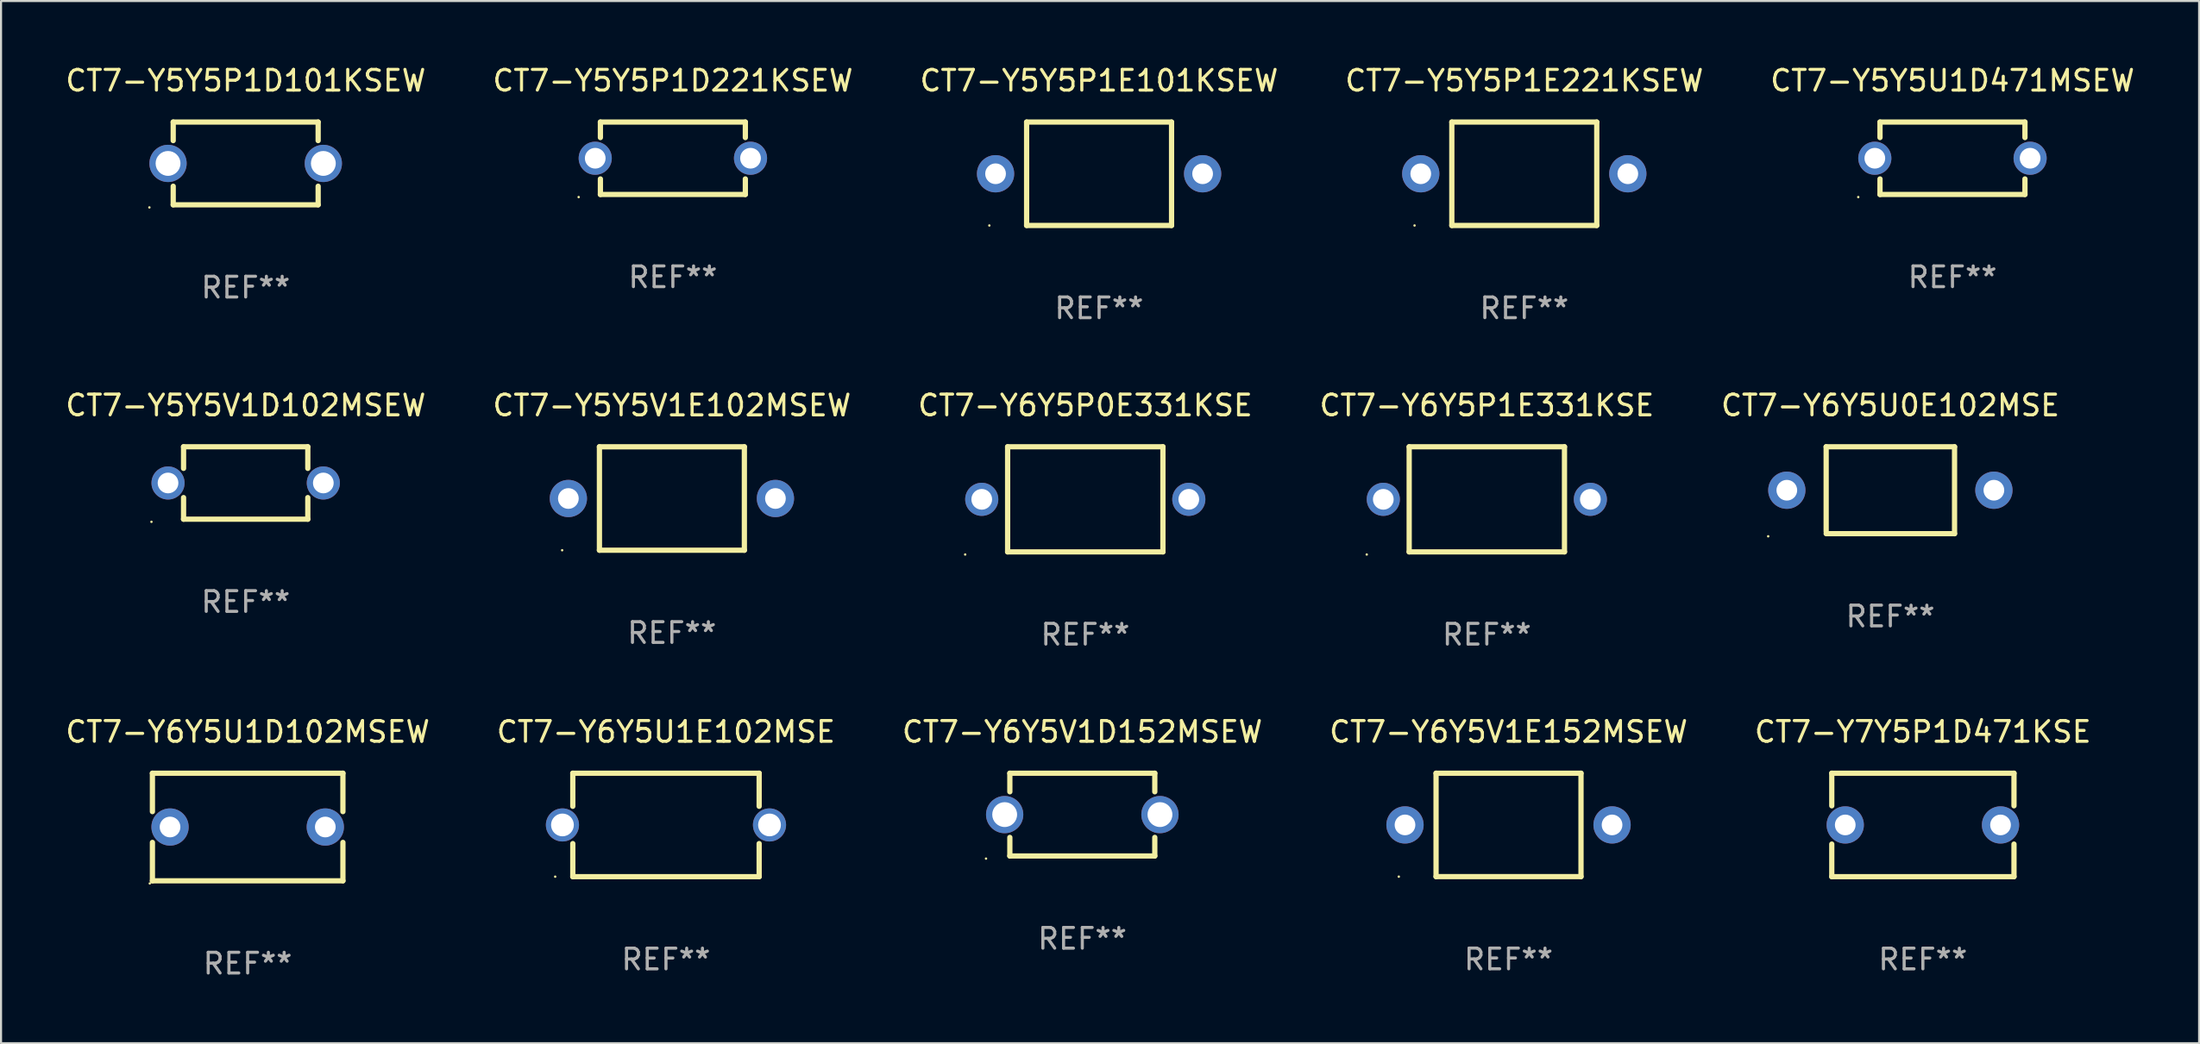
<source format=kicad_pcb>
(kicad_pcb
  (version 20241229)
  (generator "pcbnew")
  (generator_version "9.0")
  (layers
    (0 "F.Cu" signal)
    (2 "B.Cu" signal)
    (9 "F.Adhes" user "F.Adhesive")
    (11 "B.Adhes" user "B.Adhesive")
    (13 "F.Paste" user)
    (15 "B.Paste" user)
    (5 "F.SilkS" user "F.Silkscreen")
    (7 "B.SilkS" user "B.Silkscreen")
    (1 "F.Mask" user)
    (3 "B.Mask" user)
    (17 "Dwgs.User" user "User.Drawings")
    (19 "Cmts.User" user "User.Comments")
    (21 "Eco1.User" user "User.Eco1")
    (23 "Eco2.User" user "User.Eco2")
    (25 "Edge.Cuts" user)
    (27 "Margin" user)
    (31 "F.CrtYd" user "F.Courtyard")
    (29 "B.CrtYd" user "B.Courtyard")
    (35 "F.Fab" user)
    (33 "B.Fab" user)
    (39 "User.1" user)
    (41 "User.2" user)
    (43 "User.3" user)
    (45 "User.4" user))
  (footprint "CT7-Y6Y5V1D152MSEW"
    (layer "F.Cu")
    (at 49.22 36.32)
    (property "Reference" "CT7-Y6Y5V1D152MSEW" (at 0 -4 0) (layer "F.SilkS") (effects (font (size 1 1) (thickness 0.15))))
    (attr through_hole)
    (fp_line (start -3.5 -2) (end -3.5 -1.103) (stroke (width 0.254) (type solid)) (layer "F.SilkS"))
    (fp_line (start -3.5 -2) (end 3.5 -2) (stroke (width 0.254) (type solid)) (layer "F.SilkS"))
    (fp_line (start -3.5 1.103) (end -3.5 2) (stroke (width 0.254) (type solid)) (layer "F.SilkS"))
    (fp_line (start 3.5 -1.103) (end 3.5 -2) (stroke (width 0.254) (type solid)) (layer "F.SilkS"))
    (fp_line (start 3.5 2) (end -3.5 2) (stroke (width 0.254) (type solid)) (layer "F.SilkS"))
    (fp_line (start 3.5 2) (end 3.5 1.103) (stroke (width 0.254) (type solid)) (layer "F.SilkS"))
    (fp_circle (center -4.65 2.127) (end -4.62 2.127) (stroke (width 0.06) (type solid)) (fill no) (layer "F.SilkS"))
    (fp_text user "REF**" (at 0 6 0) (layer "F.Fab") (effects (font (size 1 1) (thickness 0.15))))
    (pad "1" thru_hole circle (at -3.75 0) (size 1.8 1.8) (drill 1.2) (layers "*.Cu" "*.Mask"))
    (pad "2" thru_hole circle (at 3.75 0) (size 1.8 1.8) (drill 1.2) (layers "*.Cu" "*.Mask")))
  (footprint "CT7-Y5Y5P1D101KSEW"
    (layer "F.Cu")
    (at 8.815 4.848)
    (property "Reference" "CT7-Y5Y5P1D101KSEW" (at 0 -4 0) (layer "F.SilkS") (effects (font (size 1 1) (thickness 0.15))))
    (attr through_hole)
    (fp_line (start -3.5 -2) (end -3.5 -1.103) (stroke (width 0.254) (type solid)) (layer "F.SilkS"))
    (fp_line (start -3.5 -2) (end 3.5 -2) (stroke (width 0.254) (type solid)) (layer "F.SilkS"))
    (fp_line (start -3.5 1.103) (end -3.5 2) (stroke (width 0.254) (type solid)) (layer "F.SilkS"))
    (fp_line (start 3.5 -1.103) (end 3.5 -2) (stroke (width 0.254) (type solid)) (layer "F.SilkS"))
    (fp_line (start 3.5 2) (end -3.5 2) (stroke (width 0.254) (type solid)) (layer "F.SilkS"))
    (fp_line (start 3.5 2) (end 3.5 1.103) (stroke (width 0.254) (type solid)) (layer "F.SilkS"))
    (fp_circle (center -4.65 2.127) (end -4.62 2.127) (stroke (width 0.06) (type solid)) (fill no) (layer "F.SilkS"))
    (fp_text user "REF**" (at 0 6 0) (layer "F.Fab") (effects (font (size 1 1) (thickness 0.15))))
    (pad "1" thru_hole circle (at -3.75 0) (size 1.8 1.8) (drill 1.2) (layers "*.Cu" "*.Mask"))
    (pad "2" thru_hole circle (at 3.75 0) (size 1.8 1.8) (drill 1.2) (layers "*.Cu" "*.Mask")))
  (footprint "CT7-Y5Y5U1D471MSEW"
    (layer "F.Cu")
    (at 91.244 4.598)
    (property "Reference" "CT7-Y5Y5U1D471MSEW" (at 0 -3.75 0) (layer "F.SilkS") (effects (font (size 1 1) (thickness 0.15))))
    (attr through_hole)
    (fp_line (start -3.5 -1.75) (end -3.5 -1) (stroke (width 0.254) (type solid)) (layer "F.SilkS"))
    (fp_line (start -3.5 -1.75) (end 3.5 -1.75) (stroke (width 0.254) (type solid)) (layer "F.SilkS"))
    (fp_line (start -3.5 1) (end -3.5 1.75) (stroke (width 0.254) (type solid)) (layer "F.SilkS"))
    (fp_line (start 3.5 -1.75) (end 3.5 -1) (stroke (width 0.254) (type solid)) (layer "F.SilkS"))
    (fp_line (start 3.5 1) (end 3.5 1.75) (stroke (width 0.254) (type solid)) (layer "F.SilkS"))
    (fp_line (start 3.5 1.75) (end -3.5 1.75) (stroke (width 0.254) (type solid)) (layer "F.SilkS"))
    (fp_circle (center -4.55 1.877) (end -4.52 1.877) (stroke (width 0.06) (type solid)) (fill no) (layer "F.SilkS"))
    (fp_text user "REF**" (at 0 5.75 0) (layer "F.Fab") (effects (font (size 1 1) (thickness 0.15))))
    (pad "1" thru_hole circle (at -3.75 -0.000038) (size 1.6 1.6) (drill 1) (layers "*.Cu" "*.Mask"))
    (pad "2" thru_hole circle (at 3.75 -0.000038) (size 1.6 1.6) (drill 1) (layers "*.Cu" "*.Mask")))
  (footprint "CT7-Y6Y5U1E102MSE"
    (layer "F.Cu")
    (at 29.113 36.82)
    (property "Reference" "CT7-Y6Y5U1E102MSE" (at 0 -4.5 0) (layer "F.SilkS") (effects (font (size 1 1) (thickness 0.15))))
    (attr through_hole)
    (fp_line (start -4.5 -2.5) (end 4.5 -2.5) (stroke (width 0.254) (type solid)) (layer "F.SilkS"))
    (fp_line (start -4.5 -0.901) (end -4.5 -2.5) (stroke (width 0.254) (type solid)) (layer "F.SilkS"))
    (fp_line (start -4.5 2.5) (end -4.5 0.901) (stroke (width 0.254) (type solid)) (layer "F.SilkS"))
    (fp_line (start -4.5 2.5) (end 4.5 2.5) (stroke (width 0.254) (type solid)) (layer "F.SilkS"))
    (fp_line (start 4.5 -0.901) (end 4.5 -2.5) (stroke (width 0.254) (type solid)) (layer "F.SilkS"))
    (fp_line (start 4.5 2.5) (end 4.5 0.901) (stroke (width 0.254) (type solid)) (layer "F.SilkS"))
    (fp_circle (center -5.35 2.5) (end -5.32 2.5) (stroke (width 0.06) (type solid)) (fill no) (layer "F.SilkS"))
    (fp_text user "REF**" (at 0 6.5 0) (layer "F.Fab") (effects (font (size 1 1) (thickness 0.15))))
    (pad "1" thru_hole circle (at -5 0) (size 1.6 1.6) (drill 1.1) (layers "*.Cu" "*.Mask"))
    (pad "2" thru_hole circle (at 5 0) (size 1.6 1.6) (drill 1.1) (layers "*.Cu" "*.Mask")))
  (footprint "CT7-Y7Y5P1D471KSE"
    (layer "F.Cu")
    (at 89.815 36.82)
    (property "Reference" "CT7-Y7Y5P1D471KSE" (at 0 -4.5 0) (layer "F.SilkS") (effects (font (size 1 1) (thickness 0.15))))
    (attr through_hole)
    (fp_line (start -4.4 -2.5) (end -4.4 -0.925) (stroke (width 0.254) (type solid)) (layer "F.SilkS"))
    (fp_line (start -4.4 -2.5) (end 4.4 -2.5) (stroke (width 0.254) (type solid)) (layer "F.SilkS"))
    (fp_line (start -4.4 0.925) (end -4.4 2.5) (stroke (width 0.254) (type solid)) (layer "F.SilkS"))
    (fp_line (start -4.4 2.5) (end 4.4 2.5) (stroke (width 0.254) (type solid)) (layer "F.SilkS"))
    (fp_line (start 4.4 -2.5) (end 4.4 -0.925) (stroke (width 0.254) (type solid)) (layer "F.SilkS"))
    (fp_line (start 4.4 0.925) (end 4.4 2.5) (stroke (width 0.254) (type solid)) (layer "F.SilkS"))
    (fp_circle (center -4.25 2.5) (end -4.22 2.5) (stroke (width 0.06) (type solid)) (fill no) (layer "F.SilkS"))
    (fp_text user "REF**" (at 0 6.5 0) (layer "F.Fab") (effects (font (size 1 1) (thickness 0.15))))
    (pad "1" thru_hole circle (at -3.75 0) (size 1.8 1.8) (drill 1) (layers "*.Cu" "*.Mask"))
    (pad "2" thru_hole circle (at 3.75 0) (size 1.8 1.8) (drill 1) (layers "*.Cu" "*.Mask")))
  (footprint "CT7-Y5Y5P1E221KSEW"
    (layer "F.Cu")
    (at 70.565 5.348)
    (property "Reference" "CT7-Y5Y5P1E221KSEW" (at 0 -4.499 0) (layer "F.SilkS") (effects (font (size 1 1) (thickness 0.15))))
    (attr through_hole)
    (fp_line (start -3.5 -2.499) (end 3.5 -2.499) (stroke (width 0.254) (type solid)) (layer "F.SilkS"))
    (fp_line (start -3.5 2.499) (end -3.5 -2.499) (stroke (width 0.254) (type solid)) (layer "F.SilkS"))
    (fp_line (start 3.5 -2.499) (end 3.5 2.499) (stroke (width 0.254) (type solid)) (layer "F.SilkS"))
    (fp_line (start 3.5 2.499) (end -3.5 2.499) (stroke (width 0.254) (type solid)) (layer "F.SilkS"))
    (fp_circle (center -5.3 2.5) (end -5.27 2.5) (stroke (width 0.06) (type solid)) (fill no) (layer "F.SilkS"))
    (fp_text user "REF**" (at 0 6.499 0) (layer "F.Fab") (effects (font (size 1 1) (thickness 0.15))))
    (pad "1" thru_hole circle (at -5 0) (size 1.8 1.8) (drill 1) (layers "*.Cu" "*.Mask"))
    (pad "2" thru_hole circle (at 5 0) (size 1.8 1.8) (drill 1) (layers "*.Cu" "*.Mask")))
  (footprint "CT7-Y5Y5P1D221KSEW"
    (layer "F.Cu")
    (at 29.446 4.598)
    (property "Reference" "CT7-Y5Y5P1D221KSEW" (at 0 -3.75 0) (layer "F.SilkS") (effects (font (size 1 1) (thickness 0.15))))
    (attr through_hole)
    (fp_line (start -3.5 -1.75) (end -3.5 -1) (stroke (width 0.254) (type solid)) (layer "F.SilkS"))
    (fp_line (start -3.5 -1.75) (end 3.5 -1.75) (stroke (width 0.254) (type solid)) (layer "F.SilkS"))
    (fp_line (start -3.5 1) (end -3.5 1.75) (stroke (width 0.254) (type solid)) (layer "F.SilkS"))
    (fp_line (start 3.5 -1.75) (end 3.5 -1) (stroke (width 0.254) (type solid)) (layer "F.SilkS"))
    (fp_line (start 3.5 1) (end 3.5 1.75) (stroke (width 0.254) (type solid)) (layer "F.SilkS"))
    (fp_line (start 3.5 1.75) (end -3.5 1.75) (stroke (width 0.254) (type solid)) (layer "F.SilkS"))
    (fp_circle (center -4.55 1.877) (end -4.52 1.877) (stroke (width 0.06) (type solid)) (fill no) (layer "F.SilkS"))
    (fp_text user "REF**" (at 0 5.75 0) (layer "F.Fab") (effects (font (size 1 1) (thickness 0.15))))
    (pad "1" thru_hole circle (at -3.75 -0.000038) (size 1.6 1.6) (drill 1) (layers "*.Cu" "*.Mask"))
    (pad "2" thru_hole circle (at 3.75 -0.000038) (size 1.6 1.6) (drill 1) (layers "*.Cu" "*.Mask")))
  (footprint "CT7-Y5Y5V1D102MSEW"
    (layer "F.Cu")
    (at 8.815 20.293)
    (property "Reference" "CT7-Y5Y5V1D102MSEW" (at 0 -3.75 0) (layer "F.SilkS") (effects (font (size 1 1) (thickness 0.15))))
    (attr through_hole)
    (fp_line (start -3 -1.75) (end -3 -0.706) (stroke (width 0.254) (type solid)) (layer "F.SilkS"))
    (fp_line (start -3 -1.75) (end 3 -1.75) (stroke (width 0.254) (type solid)) (layer "F.SilkS"))
    (fp_line (start -3 0.706) (end -3 1.75) (stroke (width 0.254) (type solid)) (layer "F.SilkS"))
    (fp_line (start 3 -1.75) (end 3 -0.706) (stroke (width 0.254) (type solid)) (layer "F.SilkS"))
    (fp_line (start 3 0.706) (end 3 1.75) (stroke (width 0.254) (type solid)) (layer "F.SilkS"))
    (fp_line (start 3 1.75) (end -3 1.75) (stroke (width 0.254) (type solid)) (layer "F.SilkS"))
    (fp_circle (center -4.55 1.877) (end -4.52 1.877) (stroke (width 0.06) (type solid)) (fill no) (layer "F.SilkS"))
    (fp_text user "REF**" (at 0 5.75 0) (layer "F.Fab") (effects (font (size 1 1) (thickness 0.15))))
    (pad "1" thru_hole circle (at -3.75 -0.000025) (size 1.6 1.6) (drill 1) (layers "*.Cu" "*.Mask"))
    (pad "2" thru_hole circle (at 3.75 -0.000025) (size 1.6 1.6) (drill 1) (layers "*.Cu" "*.Mask")))
  (footprint "CT7-Y6Y5P0E331KSE"
    (layer "F.Cu")
    (at 49.363 21.083)
    (property "Reference" "CT7-Y6Y5P0E331KSE" (at 0 -4.54 0) (layer "F.SilkS") (effects (font (size 1 1) (thickness 0.15))))
    (attr through_hole)
    (fp_line (start -3.75 -2.54) (end 3.75 -2.54) (stroke (width 0.254) (type solid)) (layer "F.SilkS"))
    (fp_line (start -3.75 2.54) (end -3.75 -2.54) (stroke (width 0.254) (type solid)) (layer "F.SilkS"))
    (fp_line (start 3.75 -2.54) (end 3.75 2.54) (stroke (width 0.254) (type solid)) (layer "F.SilkS"))
    (fp_line (start 3.75 2.54) (end -3.75 2.54) (stroke (width 0.254) (type solid)) (layer "F.SilkS"))
    (fp_circle (center -5.8 2.667) (end -5.77 2.667) (stroke (width 0.06) (type solid)) (fill no) (layer "F.SilkS"))
    (fp_text user "REF**" (at 0 6.54 0) (layer "F.Fab") (effects (font (size 1 1) (thickness 0.15))))
    (pad "1" thru_hole circle (at -5 0) (size 1.6 1.6) (drill 1) (layers "*.Cu" "*.Mask"))
    (pad "2" thru_hole circle (at 5 0) (size 1.6 1.6) (drill 1) (layers "*.Cu" "*.Mask")))
  (footprint "CT7-Y6Y5V1E152MSEW"
    (layer "F.Cu")
    (at 69.804 36.819)
    (property "Reference" "CT7-Y6Y5V1E152MSEW" (at 0 -4.499 0) (layer "F.SilkS") (effects (font (size 1 1) (thickness 0.15))))
    (attr through_hole)
    (fp_line (start -3.5 -2.499) (end 3.5 -2.499) (stroke (width 0.254) (type solid)) (layer "F.SilkS"))
    (fp_line (start -3.5 2.499) (end -3.5 -2.499) (stroke (width 0.254) (type solid)) (layer "F.SilkS"))
    (fp_line (start 3.5 -2.499) (end 3.5 2.499) (stroke (width 0.254) (type solid)) (layer "F.SilkS"))
    (fp_line (start 3.5 2.499) (end -3.5 2.499) (stroke (width 0.254) (type solid)) (layer "F.SilkS"))
    (fp_circle (center -5.3 2.5) (end -5.27 2.5) (stroke (width 0.06) (type solid)) (fill no) (layer "F.SilkS"))
    (fp_text user "REF**" (at 0 6.499 0) (layer "F.Fab") (effects (font (size 1 1) (thickness 0.15))))
    (pad "1" thru_hole circle (at -5 0) (size 1.8 1.8) (drill 1) (layers "*.Cu" "*.Mask"))
    (pad "2" thru_hole circle (at 5 0) (size 1.8 1.8) (drill 1) (layers "*.Cu" "*.Mask")))
  (footprint "CT7-Y5Y5P1E101KSEW"
    (layer "F.Cu")
    (at 50.03 5.348)
    (property "Reference" "CT7-Y5Y5P1E101KSEW" (at 0 -4.499 0) (layer "F.SilkS") (effects (font (size 1 1) (thickness 0.15))))
    (attr through_hole)
    (fp_line (start -3.5 -2.499) (end 3.5 -2.499) (stroke (width 0.254) (type solid)) (layer "F.SilkS"))
    (fp_line (start -3.5 2.499) (end -3.5 -2.499) (stroke (width 0.254) (type solid)) (layer "F.SilkS"))
    (fp_line (start 3.5 -2.499) (end 3.5 2.499) (stroke (width 0.254) (type solid)) (layer "F.SilkS"))
    (fp_line (start 3.5 2.499) (end -3.5 2.499) (stroke (width 0.254) (type solid)) (layer "F.SilkS"))
    (fp_circle (center -5.3 2.5) (end -5.27 2.5) (stroke (width 0.06) (type solid)) (fill no) (layer "F.SilkS"))
    (fp_text user "REF**" (at 0 6.499 0) (layer "F.Fab") (effects (font (size 1 1) (thickness 0.15))))
    (pad "1" thru_hole circle (at -5 0) (size 1.8 1.8) (drill 1) (layers "*.Cu" "*.Mask"))
    (pad "2" thru_hole circle (at 5 0) (size 1.8 1.8) (drill 1) (layers "*.Cu" "*.Mask")))
  (footprint "CT7-Y6Y5U1D102MSEW"
    (layer "F.Cu")
    (at 8.911 36.92)
    (property "Reference" "CT7-Y6Y5U1D102MSEW" (at 0 -4.6 0) (layer "F.SilkS") (effects (font (size 1 1) (thickness 0.15))))
    (attr through_hole)
    (fp_line (start -4.6 -2.6) (end -4.6 -0.744) (stroke (width 0.254) (type solid)) (layer "F.SilkS"))
    (fp_line (start -4.6 -2.6) (end 4.6 -2.6) (stroke (width 0.254) (type solid)) (layer "F.SilkS"))
    (fp_line (start -4.6 0.744) (end -4.6 2.6) (stroke (width 0.254) (type solid)) (layer "F.SilkS"))
    (fp_line (start -4.6 2.6) (end 4.6 2.6) (stroke (width 0.254) (type solid)) (layer "F.SilkS"))
    (fp_line (start 4.6 -2.6) (end 4.6 -0.744) (stroke (width 0.254) (type solid)) (layer "F.SilkS"))
    (fp_line (start 4.6 0.744) (end 4.6 2.6) (stroke (width 0.254) (type solid)) (layer "F.SilkS"))
    (fp_circle (center -4.727 2.727) (end -4.697 2.727) (stroke (width 0.06) (type solid)) (fill no) (layer "F.SilkS"))
    (fp_text user "REF**" (at 0 6.6 0) (layer "F.Fab") (effects (font (size 1 1) (thickness 0.15))))
    (pad "1" thru_hole circle (at -3.749 0) (size 1.8 1.8) (drill 1) (layers "*.Cu" "*.Mask"))
    (pad "2" thru_hole circle (at 3.749 0) (size 1.8 1.8) (drill 1) (layers "*.Cu" "*.Mask")))
  (footprint "CT7-Y6Y5U0E102MSE"
    (layer "F.Cu")
    (at 88.244 20.643)
    (property "Reference" "CT7-Y6Y5U0E102MSE" (at 0 -4.1 0) (layer "F.SilkS") (effects (font (size 1 1) (thickness 0.15))))
    (attr through_hole)
    (fp_line (start -3.1 -2.1) (end -3.1 2) (stroke (width 0.254) (type solid)) (layer "F.SilkS"))
    (fp_line (start -3.1 -2.1) (end 3.1 -2.1) (stroke (width 0.254) (type solid)) (layer "F.SilkS"))
    (fp_line (start -3.1 2.1) (end 3.1 2.1) (stroke (width 0.254) (type solid)) (layer "F.SilkS"))
    (fp_line (start 3.1 -2.1) (end 3.1 2.1) (stroke (width 0.254) (type solid)) (layer "F.SilkS"))
    (fp_circle (center -5.9 2.227) (end -5.87 2.227) (stroke (width 0.06) (type solid)) (fill no) (layer "F.SilkS"))
    (fp_text user "REF**" (at 0 6.1 0) (layer "F.Fab") (effects (font (size 1 1) (thickness 0.15))))
    (pad "1" thru_hole circle (at -5 0) (size 1.8 1.8) (drill 1) (layers "*.Cu" "*.Mask"))
    (pad "2" thru_hole circle (at 5 0) (size 1.8 1.8) (drill 1) (layers "*.Cu" "*.Mask")))
  (footprint "CT7-Y6Y5P1E331KSE"
    (layer "F.Cu")
    (at 68.756 21.083)
    (property "Reference" "CT7-Y6Y5P1E331KSE" (at 0 -4.54 0) (layer "F.SilkS") (effects (font (size 1 1) (thickness 0.15))))
    (attr through_hole)
    (fp_line (start -3.75 -2.54) (end 3.75 -2.54) (stroke (width 0.254) (type solid)) (layer "F.SilkS"))
    (fp_line (start -3.75 2.54) (end -3.75 -2.54) (stroke (width 0.254) (type solid)) (layer "F.SilkS"))
    (fp_line (start 3.75 -2.54) (end 3.75 2.54) (stroke (width 0.254) (type solid)) (layer "F.SilkS"))
    (fp_line (start 3.75 2.54) (end -3.75 2.54) (stroke (width 0.254) (type solid)) (layer "F.SilkS"))
    (fp_circle (center -5.8 2.667) (end -5.77 2.667) (stroke (width 0.06) (type solid)) (fill no) (layer "F.SilkS"))
    (fp_text user "REF**" (at 0 6.54 0) (layer "F.Fab") (effects (font (size 1 1) (thickness 0.15))))
    (pad "1" thru_hole circle (at -5 0) (size 1.6 1.6) (drill 1) (layers "*.Cu" "*.Mask"))
    (pad "2" thru_hole circle (at 5 0) (size 1.6 1.6) (drill 1) (layers "*.Cu" "*.Mask")))
  (footprint "CT7-Y5Y5V1E102MSEW"
    (layer "F.Cu")
    (at 29.399 21.043)
    (property "Reference" "CT7-Y5Y5V1E102MSEW" (at 0 -4.499 0) (layer "F.SilkS") (effects (font (size 1 1) (thickness 0.15))))
    (attr through_hole)
    (fp_line (start -3.5 -2.499) (end 3.5 -2.499) (stroke (width 0.254) (type solid)) (layer "F.SilkS"))
    (fp_line (start -3.5 2.499) (end -3.5 -2.499) (stroke (width 0.254) (type solid)) (layer "F.SilkS"))
    (fp_line (start 3.5 -2.499) (end 3.5 2.499) (stroke (width 0.254) (type solid)) (layer "F.SilkS"))
    (fp_line (start 3.5 2.499) (end -3.5 2.499) (stroke (width 0.254) (type solid)) (layer "F.SilkS"))
    (fp_circle (center -5.3 2.5) (end -5.27 2.5) (stroke (width 0.06) (type solid)) (fill no) (layer "F.SilkS"))
    (fp_text user "REF**" (at 0 6.499 0) (layer "F.Fab") (effects (font (size 1 1) (thickness 0.15))))
    (pad "1" thru_hole circle (at -5 0) (size 1.8 1.8) (drill 1) (layers "*.Cu" "*.Mask"))
    (pad "2" thru_hole circle (at 5 0) (size 1.8 1.8) (drill 1) (layers "*.Cu" "*.Mask")))
  (gr_rect
    (start -3 -3)
    (end 103.155 47.368)
    (stroke (width 0.1) (type default))
    (fill no)
    (layer "Edge.Cuts")))
</source>
